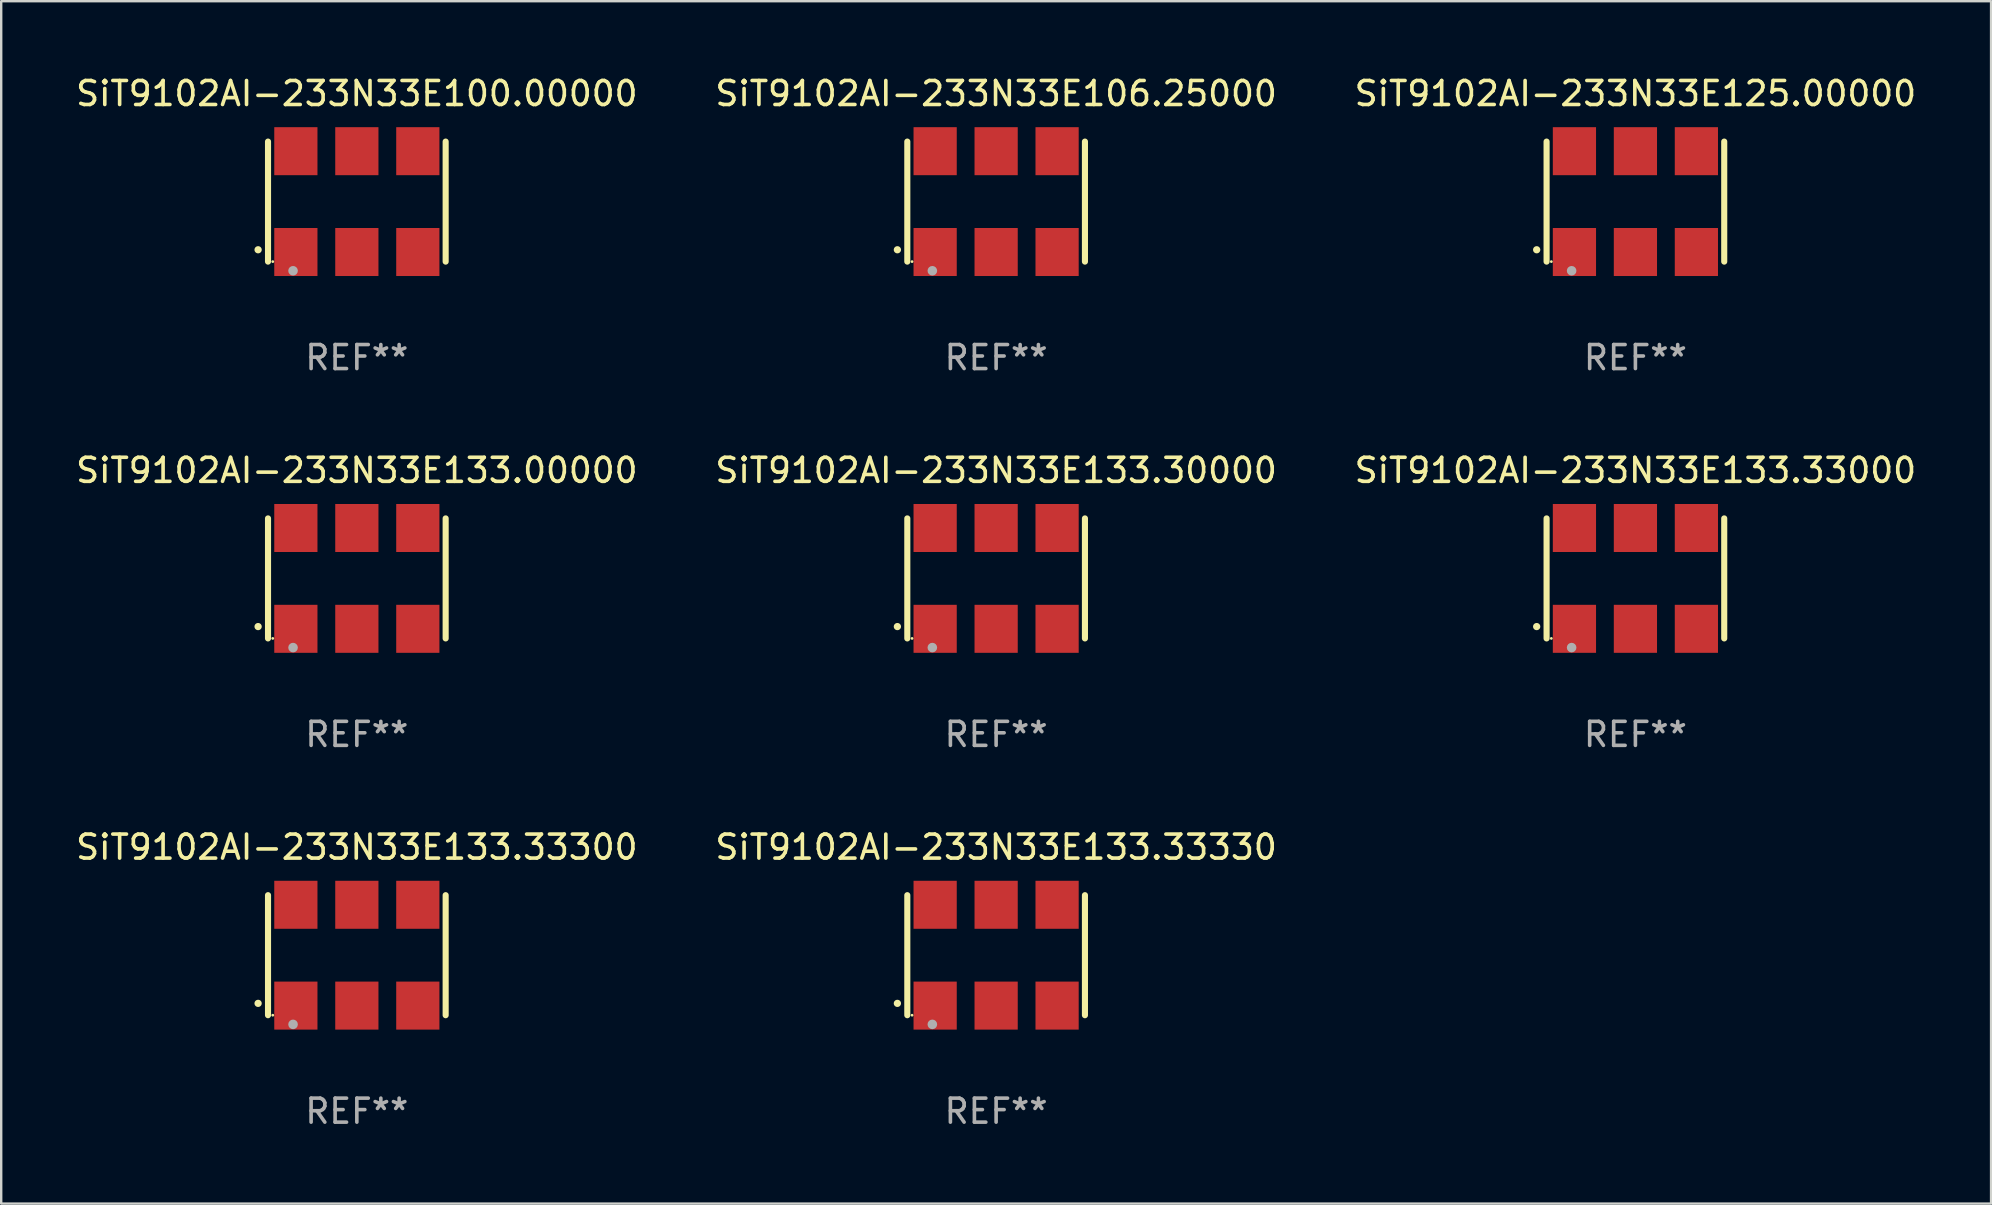
<source format=kicad_pcb>
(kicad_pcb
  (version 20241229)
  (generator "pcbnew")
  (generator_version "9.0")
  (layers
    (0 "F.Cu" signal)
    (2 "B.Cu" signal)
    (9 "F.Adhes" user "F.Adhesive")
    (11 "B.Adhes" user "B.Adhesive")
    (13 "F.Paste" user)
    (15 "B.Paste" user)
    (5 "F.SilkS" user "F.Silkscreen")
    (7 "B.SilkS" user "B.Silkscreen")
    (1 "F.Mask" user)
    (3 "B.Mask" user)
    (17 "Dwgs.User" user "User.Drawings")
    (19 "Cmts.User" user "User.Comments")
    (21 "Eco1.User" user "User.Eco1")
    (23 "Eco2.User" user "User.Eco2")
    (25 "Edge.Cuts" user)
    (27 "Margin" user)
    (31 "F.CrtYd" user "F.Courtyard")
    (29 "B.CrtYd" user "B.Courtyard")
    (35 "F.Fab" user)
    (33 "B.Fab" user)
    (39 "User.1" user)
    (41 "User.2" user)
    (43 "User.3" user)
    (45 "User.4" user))
  (footprint "SiT9102AI-233N33E125.00000"
    (layer "F.Cu")
    (at 65.077 5.348)
    (property "Reference" "SiT9102AI-233N33E125.00000" (at 0 -4.5 0) (layer "F.SilkS") (effects (font (size 1 1) (thickness 0.15))))
    (attr through_hole)
    (fp_line (start -3.7 -2.5) (end -3.7 2.5) (stroke (width 0.254) (type solid)) (layer "F.SilkS"))
    (fp_line (start 3.7 -2.5) (end 3.7 2.5) (stroke (width 0.254) (type solid)) (layer "F.SilkS"))
    (fp_arc (start -4.114415 2.006604) (mid -4.113145 2.006599) (end -4.111875 2.006604) (stroke (width 0.3) (type solid)) (layer "F.SilkS"))
    (fp_circle (center -3.502 2.5) (end -3.472 2.5) (stroke (width 0.06) (type solid)) (fill no) (layer "F.SilkS"))
    (fp_circle (center -2.657 2.882) (end -2.557 2.882) (stroke (width 0.2) (type solid)) (fill no) (layer "F.Fab"))
    (fp_text user "REF**" (at 0 6.5 0) (layer "F.Fab") (effects (font (size 1 1) (thickness 0.15))))
    (pad "1" smd rect (at -2.54 2.1) (size 1.8 2) (layers "F.Cu" "F.Mask" "F.Paste"))
    (pad "2" smd rect (at 0.000394 2.1) (size 1.8 2) (layers "F.Cu" "F.Mask" "F.Paste"))
    (pad "3" smd rect (at 2.54 2.1) (size 1.8 2) (layers "F.Cu" "F.Mask" "F.Paste"))
    (pad "4" smd rect (at 2.54 -2.1) (size 1.8 2) (layers "F.Cu" "F.Mask" "F.Paste"))
    (pad "5" smd rect (at 0.000394 -2.1) (size 1.8 2) (layers "F.Cu" "F.Mask" "F.Paste"))
    (pad "6" smd rect (at -2.54 -2.1) (size 1.8 2) (layers "F.Cu" "F.Mask" "F.Paste")))
  (footprint "SiT9102AI-233N33E133.33000"
    (layer "F.Cu")
    (at 65.077 21.045)
    (property "Reference" "SiT9102AI-233N33E133.33000" (at 0 -4.5 0) (layer "F.SilkS") (effects (font (size 1 1) (thickness 0.15))))
    (attr through_hole)
    (fp_line (start -3.7 -2.5) (end -3.7 2.5) (stroke (width 0.254) (type solid)) (layer "F.SilkS"))
    (fp_line (start 3.7 -2.5) (end 3.7 2.5) (stroke (width 0.254) (type solid)) (layer "F.SilkS"))
    (fp_arc (start -4.114415 2.006604) (mid -4.113145 2.006599) (end -4.111875 2.006604) (stroke (width 0.3) (type solid)) (layer "F.SilkS"))
    (fp_circle (center -3.502 2.5) (end -3.472 2.5) (stroke (width 0.06) (type solid)) (fill no) (layer "F.SilkS"))
    (fp_circle (center -2.657 2.882) (end -2.557 2.882) (stroke (width 0.2) (type solid)) (fill no) (layer "F.Fab"))
    (fp_text user "REF**" (at 0 6.5 0) (layer "F.Fab") (effects (font (size 1 1) (thickness 0.15))))
    (pad "1" smd rect (at -2.54 2.1) (size 1.8 2) (layers "F.Cu" "F.Mask" "F.Paste"))
    (pad "2" smd rect (at 0.000394 2.1) (size 1.8 2) (layers "F.Cu" "F.Mask" "F.Paste"))
    (pad "3" smd rect (at 2.54 2.1) (size 1.8 2) (layers "F.Cu" "F.Mask" "F.Paste"))
    (pad "4" smd rect (at 2.54 -2.1) (size 1.8 2) (layers "F.Cu" "F.Mask" "F.Paste"))
    (pad "5" smd rect (at 0.000394 -2.1) (size 1.8 2) (layers "F.Cu" "F.Mask" "F.Paste"))
    (pad "6" smd rect (at -2.54 -2.1) (size 1.8 2) (layers "F.Cu" "F.Mask" "F.Paste")))
  (footprint "SiT9102AI-233N33E133.30000"
    (layer "F.Cu")
    (at 38.446 21.045)
    (property "Reference" "SiT9102AI-233N33E133.30000" (at 0 -4.5 0) (layer "F.SilkS") (effects (font (size 1 1) (thickness 0.15))))
    (attr through_hole)
    (fp_line (start -3.7 -2.5) (end -3.7 2.5) (stroke (width 0.254) (type solid)) (layer "F.SilkS"))
    (fp_line (start 3.7 -2.5) (end 3.7 2.5) (stroke (width 0.254) (type solid)) (layer "F.SilkS"))
    (fp_arc (start -4.114415 2.006604) (mid -4.113145 2.006599) (end -4.111875 2.006604) (stroke (width 0.3) (type solid)) (layer "F.SilkS"))
    (fp_circle (center -3.502 2.5) (end -3.472 2.5) (stroke (width 0.06) (type solid)) (fill no) (layer "F.SilkS"))
    (fp_circle (center -2.657 2.882) (end -2.557 2.882) (stroke (width 0.2) (type solid)) (fill no) (layer "F.Fab"))
    (fp_text user "REF**" (at 0 6.5 0) (layer "F.Fab") (effects (font (size 1 1) (thickness 0.15))))
    (pad "1" smd rect (at -2.54 2.1) (size 1.8 2) (layers "F.Cu" "F.Mask" "F.Paste"))
    (pad "2" smd rect (at 0.000394 2.1) (size 1.8 2) (layers "F.Cu" "F.Mask" "F.Paste"))
    (pad "3" smd rect (at 2.54 2.1) (size 1.8 2) (layers "F.Cu" "F.Mask" "F.Paste"))
    (pad "4" smd rect (at 2.54 -2.1) (size 1.8 2) (layers "F.Cu" "F.Mask" "F.Paste"))
    (pad "5" smd rect (at 0.000394 -2.1) (size 1.8 2) (layers "F.Cu" "F.Mask" "F.Paste"))
    (pad "6" smd rect (at -2.54 -2.1) (size 1.8 2) (layers "F.Cu" "F.Mask" "F.Paste")))
  (footprint "SiT9102AI-233N33E100.00000"
    (layer "F.Cu")
    (at 11.815 5.348)
    (property "Reference" "SiT9102AI-233N33E100.00000" (at 0 -4.5 0) (layer "F.SilkS") (effects (font (size 1 1) (thickness 0.15))))
    (attr through_hole)
    (fp_line (start -3.7 -2.5) (end -3.7 2.5) (stroke (width 0.254) (type solid)) (layer "F.SilkS"))
    (fp_line (start 3.7 -2.5) (end 3.7 2.5) (stroke (width 0.254) (type solid)) (layer "F.SilkS"))
    (fp_arc (start -4.114415 2.006604) (mid -4.113145 2.006599) (end -4.111875 2.006604) (stroke (width 0.3) (type solid)) (layer "F.SilkS"))
    (fp_circle (center -3.502 2.5) (end -3.472 2.5) (stroke (width 0.06) (type solid)) (fill no) (layer "F.SilkS"))
    (fp_circle (center -2.657 2.882) (end -2.557 2.882) (stroke (width 0.2) (type solid)) (fill no) (layer "F.Fab"))
    (fp_text user "REF**" (at 0 6.5 0) (layer "F.Fab") (effects (font (size 1 1) (thickness 0.15))))
    (pad "1" smd rect (at -2.54 2.1) (size 1.8 2) (layers "F.Cu" "F.Mask" "F.Paste"))
    (pad "2" smd rect (at 0.000394 2.1) (size 1.8 2) (layers "F.Cu" "F.Mask" "F.Paste"))
    (pad "3" smd rect (at 2.54 2.1) (size 1.8 2) (layers "F.Cu" "F.Mask" "F.Paste"))
    (pad "4" smd rect (at 2.54 -2.1) (size 1.8 2) (layers "F.Cu" "F.Mask" "F.Paste"))
    (pad "5" smd rect (at 0.000394 -2.1) (size 1.8 2) (layers "F.Cu" "F.Mask" "F.Paste"))
    (pad "6" smd rect (at -2.54 -2.1) (size 1.8 2) (layers "F.Cu" "F.Mask" "F.Paste")))
  (footprint "SiT9102AI-233N33E106.25000"
    (layer "F.Cu")
    (at 38.446 5.348)
    (property "Reference" "SiT9102AI-233N33E106.25000" (at 0 -4.5 0) (layer "F.SilkS") (effects (font (size 1 1) (thickness 0.15))))
    (attr through_hole)
    (fp_line (start -3.7 -2.5) (end -3.7 2.5) (stroke (width 0.254) (type solid)) (layer "F.SilkS"))
    (fp_line (start 3.7 -2.5) (end 3.7 2.5) (stroke (width 0.254) (type solid)) (layer "F.SilkS"))
    (fp_arc (start -4.114415 2.006604) (mid -4.113145 2.006599) (end -4.111875 2.006604) (stroke (width 0.3) (type solid)) (layer "F.SilkS"))
    (fp_circle (center -3.502 2.5) (end -3.472 2.5) (stroke (width 0.06) (type solid)) (fill no) (layer "F.SilkS"))
    (fp_circle (center -2.657 2.882) (end -2.557 2.882) (stroke (width 0.2) (type solid)) (fill no) (layer "F.Fab"))
    (fp_text user "REF**" (at 0 6.5 0) (layer "F.Fab") (effects (font (size 1 1) (thickness 0.15))))
    (pad "1" smd rect (at -2.54 2.1) (size 1.8 2) (layers "F.Cu" "F.Mask" "F.Paste"))
    (pad "2" smd rect (at 0.000394 2.1) (size 1.8 2) (layers "F.Cu" "F.Mask" "F.Paste"))
    (pad "3" smd rect (at 2.54 2.1) (size 1.8 2) (layers "F.Cu" "F.Mask" "F.Paste"))
    (pad "4" smd rect (at 2.54 -2.1) (size 1.8 2) (layers "F.Cu" "F.Mask" "F.Paste"))
    (pad "5" smd rect (at 0.000394 -2.1) (size 1.8 2) (layers "F.Cu" "F.Mask" "F.Paste"))
    (pad "6" smd rect (at -2.54 -2.1) (size 1.8 2) (layers "F.Cu" "F.Mask" "F.Paste")))
  (footprint "SiT9102AI-233N33E133.00000"
    (layer "F.Cu")
    (at 11.815 21.045)
    (property "Reference" "SiT9102AI-233N33E133.00000" (at 0 -4.5 0) (layer "F.SilkS") (effects (font (size 1 1) (thickness 0.15))))
    (attr through_hole)
    (fp_line (start -3.7 -2.5) (end -3.7 2.5) (stroke (width 0.254) (type solid)) (layer "F.SilkS"))
    (fp_line (start 3.7 -2.5) (end 3.7 2.5) (stroke (width 0.254) (type solid)) (layer "F.SilkS"))
    (fp_arc (start -4.114415 2.006604) (mid -4.113145 2.006599) (end -4.111875 2.006604) (stroke (width 0.3) (type solid)) (layer "F.SilkS"))
    (fp_circle (center -3.502 2.5) (end -3.472 2.5) (stroke (width 0.06) (type solid)) (fill no) (layer "F.SilkS"))
    (fp_circle (center -2.657 2.882) (end -2.557 2.882) (stroke (width 0.2) (type solid)) (fill no) (layer "F.Fab"))
    (fp_text user "REF**" (at 0 6.5 0) (layer "F.Fab") (effects (font (size 1 1) (thickness 0.15))))
    (pad "1" smd rect (at -2.54 2.1) (size 1.8 2) (layers "F.Cu" "F.Mask" "F.Paste"))
    (pad "2" smd rect (at 0.000394 2.1) (size 1.8 2) (layers "F.Cu" "F.Mask" "F.Paste"))
    (pad "3" smd rect (at 2.54 2.1) (size 1.8 2) (layers "F.Cu" "F.Mask" "F.Paste"))
    (pad "4" smd rect (at 2.54 -2.1) (size 1.8 2) (layers "F.Cu" "F.Mask" "F.Paste"))
    (pad "5" smd rect (at 0.000394 -2.1) (size 1.8 2) (layers "F.Cu" "F.Mask" "F.Paste"))
    (pad "6" smd rect (at -2.54 -2.1) (size 1.8 2) (layers "F.Cu" "F.Mask" "F.Paste")))
  (footprint "SiT9102AI-233N33E133.33330"
    (layer "F.Cu")
    (at 38.446 36.741)
    (property "Reference" "SiT9102AI-233N33E133.33330" (at 0 -4.5 0) (layer "F.SilkS") (effects (font (size 1 1) (thickness 0.15))))
    (attr through_hole)
    (fp_line (start -3.7 -2.5) (end -3.7 2.5) (stroke (width 0.254) (type solid)) (layer "F.SilkS"))
    (fp_line (start 3.7 -2.5) (end 3.7 2.5) (stroke (width 0.254) (type solid)) (layer "F.SilkS"))
    (fp_arc (start -4.114415 2.006604) (mid -4.113145 2.006599) (end -4.111875 2.006604) (stroke (width 0.3) (type solid)) (layer "F.SilkS"))
    (fp_circle (center -3.502 2.5) (end -3.472 2.5) (stroke (width 0.06) (type solid)) (fill no) (layer "F.SilkS"))
    (fp_circle (center -2.657 2.882) (end -2.557 2.882) (stroke (width 0.2) (type solid)) (fill no) (layer "F.Fab"))
    (fp_text user "REF**" (at 0 6.5 0) (layer "F.Fab") (effects (font (size 1 1) (thickness 0.15))))
    (pad "1" smd rect (at -2.54 2.1) (size 1.8 2) (layers "F.Cu" "F.Mask" "F.Paste"))
    (pad "2" smd rect (at 0.000394 2.1) (size 1.8 2) (layers "F.Cu" "F.Mask" "F.Paste"))
    (pad "3" smd rect (at 2.54 2.1) (size 1.8 2) (layers "F.Cu" "F.Mask" "F.Paste"))
    (pad "4" smd rect (at 2.54 -2.1) (size 1.8 2) (layers "F.Cu" "F.Mask" "F.Paste"))
    (pad "5" smd rect (at 0.000394 -2.1) (size 1.8 2) (layers "F.Cu" "F.Mask" "F.Paste"))
    (pad "6" smd rect (at -2.54 -2.1) (size 1.8 2) (layers "F.Cu" "F.Mask" "F.Paste")))
  (footprint "SiT9102AI-233N33E133.33300"
    (layer "F.Cu")
    (at 11.815 36.741)
    (property "Reference" "SiT9102AI-233N33E133.33300" (at 0 -4.5 0) (layer "F.SilkS") (effects (font (size 1 1) (thickness 0.15))))
    (attr through_hole)
    (fp_line (start -3.7 -2.5) (end -3.7 2.5) (stroke (width 0.254) (type solid)) (layer "F.SilkS"))
    (fp_line (start 3.7 -2.5) (end 3.7 2.5) (stroke (width 0.254) (type solid)) (layer "F.SilkS"))
    (fp_arc (start -4.114415 2.006604) (mid -4.113145 2.006599) (end -4.111875 2.006604) (stroke (width 0.3) (type solid)) (layer "F.SilkS"))
    (fp_circle (center -3.502 2.5) (end -3.472 2.5) (stroke (width 0.06) (type solid)) (fill no) (layer "F.SilkS"))
    (fp_circle (center -2.657 2.882) (end -2.557 2.882) (stroke (width 0.2) (type solid)) (fill no) (layer "F.Fab"))
    (fp_text user "REF**" (at 0 6.5 0) (layer "F.Fab") (effects (font (size 1 1) (thickness 0.15))))
    (pad "1" smd rect (at -2.54 2.1) (size 1.8 2) (layers "F.Cu" "F.Mask" "F.Paste"))
    (pad "2" smd rect (at 0.000394 2.1) (size 1.8 2) (layers "F.Cu" "F.Mask" "F.Paste"))
    (pad "3" smd rect (at 2.54 2.1) (size 1.8 2) (layers "F.Cu" "F.Mask" "F.Paste"))
    (pad "4" smd rect (at 2.54 -2.1) (size 1.8 2) (layers "F.Cu" "F.Mask" "F.Paste"))
    (pad "5" smd rect (at 0.000394 -2.1) (size 1.8 2) (layers "F.Cu" "F.Mask" "F.Paste"))
    (pad "6" smd rect (at -2.54 -2.1) (size 1.8 2) (layers "F.Cu" "F.Mask" "F.Paste")))
  (gr_rect
    (start -3 -3)
    (end 79.893 47.09)
    (stroke (width 0.1) (type default))
    (fill no)
    (layer "Edge.Cuts")))
</source>
